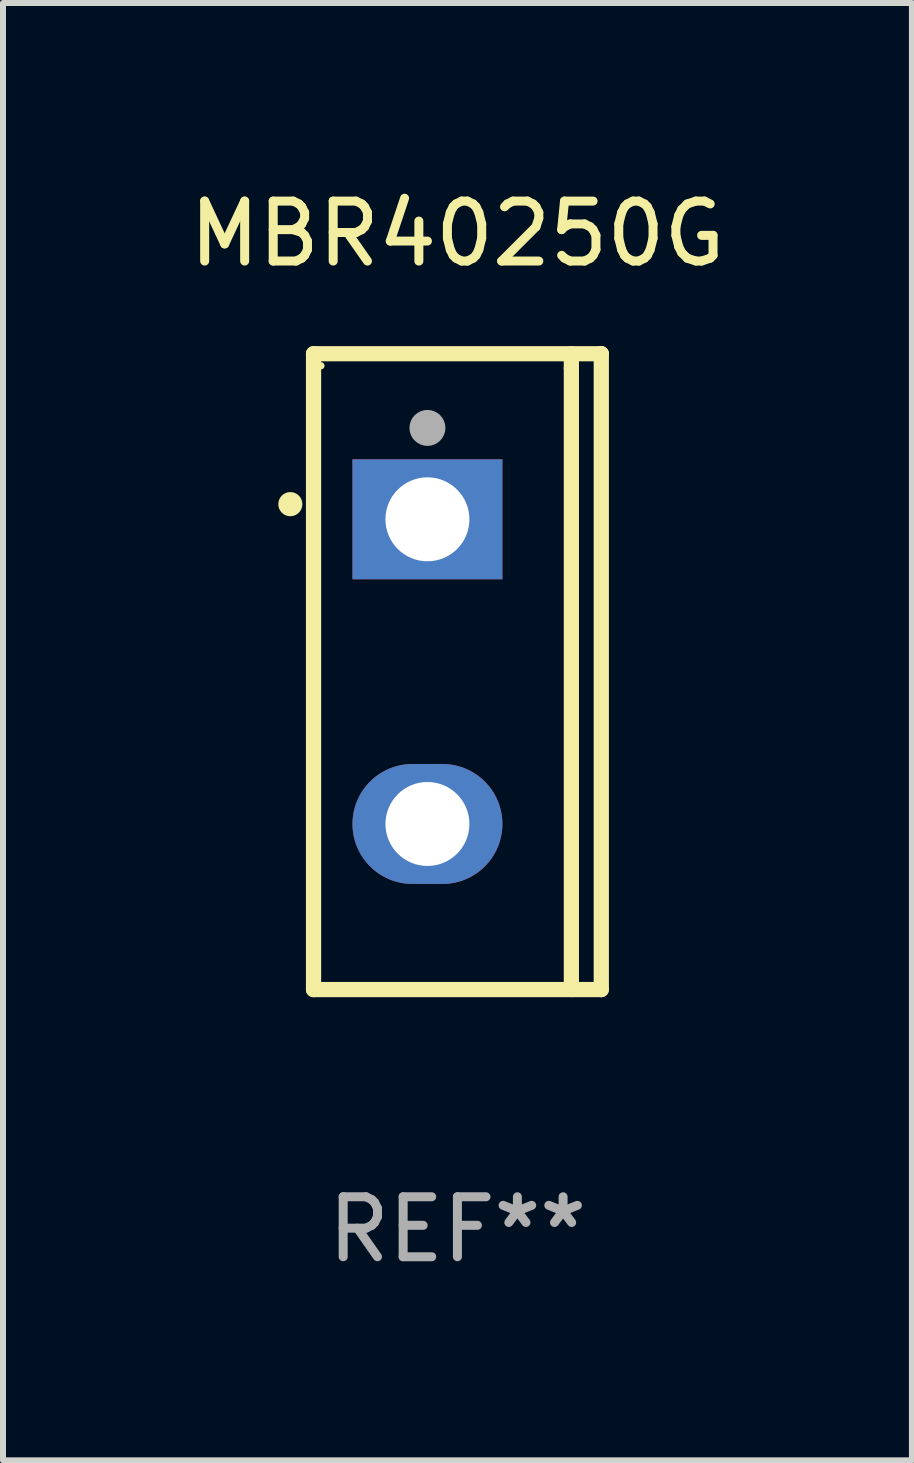
<source format=kicad_pcb>
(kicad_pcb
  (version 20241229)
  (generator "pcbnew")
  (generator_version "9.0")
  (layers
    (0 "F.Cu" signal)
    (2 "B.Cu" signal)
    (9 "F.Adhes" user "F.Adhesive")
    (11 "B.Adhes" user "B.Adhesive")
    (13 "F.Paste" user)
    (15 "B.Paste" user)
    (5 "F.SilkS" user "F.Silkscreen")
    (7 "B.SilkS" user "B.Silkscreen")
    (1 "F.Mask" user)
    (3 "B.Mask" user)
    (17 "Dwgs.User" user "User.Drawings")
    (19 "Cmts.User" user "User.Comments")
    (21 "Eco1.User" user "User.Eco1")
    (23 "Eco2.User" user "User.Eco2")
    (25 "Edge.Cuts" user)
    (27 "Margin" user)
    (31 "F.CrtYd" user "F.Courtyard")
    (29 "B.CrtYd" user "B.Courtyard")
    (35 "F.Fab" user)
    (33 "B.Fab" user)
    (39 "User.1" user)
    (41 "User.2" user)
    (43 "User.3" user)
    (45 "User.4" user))
  (footprint "MBR40250G"
    (layer "F.Cu")
    (at 4.577 8.149)
    (property "Reference" "MBR40250G" (at 0 -7.301 0) (layer "F.SilkS") (effects (font (size 1 1) (thickness 0.15))))
    (attr through_hole)
    (fp_line (start -2.399 -5.301) (end 2.394 -5.301) (stroke (width 0.254) (type solid)) (layer "F.SilkS"))
    (fp_line (start -2.399 5.301) (end -2.399 -5.301) (stroke (width 0.254) (type solid)) (layer "F.SilkS"))
    (fp_line (start 1.9 -5.061) (end 1.9 -5.3) (stroke (width 0.254) (type solid)) (layer "F.SilkS"))
    (fp_line (start 1.9 5.3) (end 1.9 -5.061) (stroke (width 0.254) (type solid)) (layer "F.SilkS"))
    (fp_line (start 2.394 -5.301) (end 2.399 -5.301) (stroke (width 0.254) (type solid)) (layer "F.SilkS"))
    (fp_line (start 2.399 -5.301) (end 2.399 5.301) (stroke (width 0.254) (type solid)) (layer "F.SilkS"))
    (fp_line (start 2.399 5.301) (end -2.399 5.301) (stroke (width 0.254) (type solid)) (layer "F.SilkS"))
    (fp_arc (start -2.786043 -2.791466) (mid -2.786047 -2.792736) (end -2.786043 -2.794006) (stroke (width 0.4) (type solid)) (layer "F.SilkS"))
    (fp_circle (center -2.275 -5.1) (end -2.245 -5.1) (stroke (width 0.06) (type solid)) (fill no) (layer "F.SilkS"))
    (fp_circle (center -0.5 -4.064) (end -0.35 -4.064) (stroke (width 0.3) (type solid)) (fill no) (layer "F.Fab"))
    (fp_text user "REF**" (at 0 9.301 0) (layer "F.Fab") (effects (font (size 1 1) (thickness 0.15))))
    (pad "1" thru_hole rect (at -0.5 -2.54 270) (size 2 2.5) (drill 1.4) (layers "*.Cu" "*.Mask"))
    (pad "3" thru_hole oval (at -0.5 2.54 270) (size 2 2.5) (drill 1.4) (layers "*.Cu" "*.Mask")))
  (gr_rect
    (start -3 -3)
    (end 12.155 21.299)
    (stroke (width 0.1) (type default))
    (fill no)
    (layer "Edge.Cuts")))
</source>
